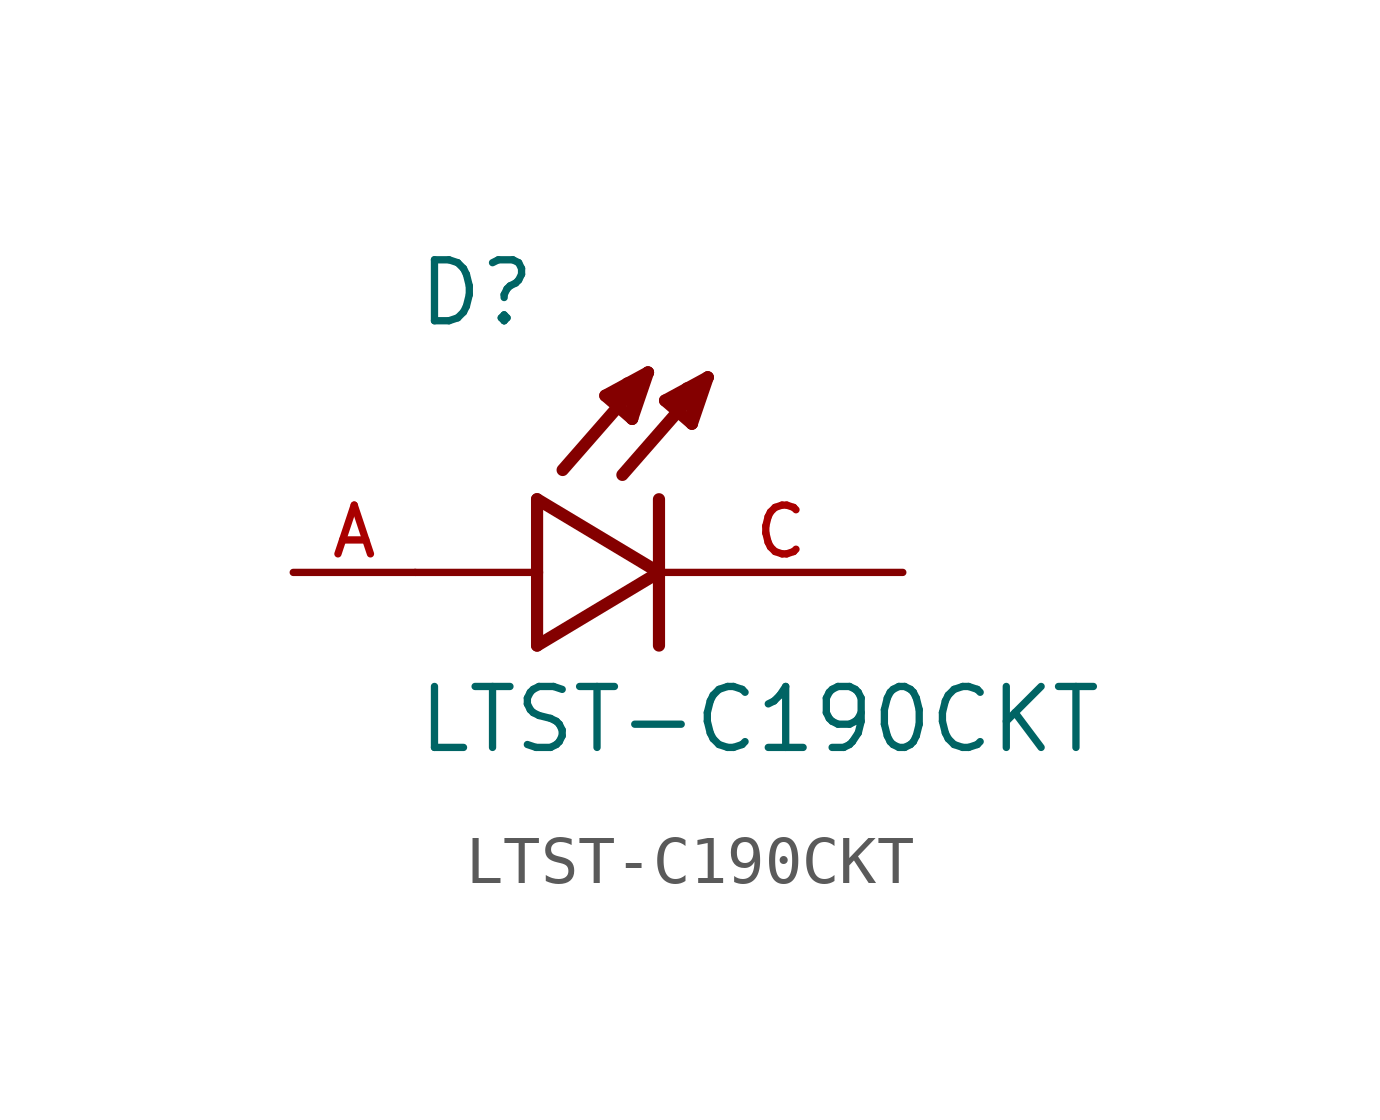
<source format=kicad_sym>
(kicad_symbol_lib
  (version 20211014)
  (generator kicad_symbol_editor)
  (symbol "LTST-C190CKT"
    (pin_names
      (offset 1.016))
    (property "Reference" "D"
      (at -5.08 5.08 0)
      (effects (font (size 1.27 1.27)) (justify bottom left)))
    (property "Value" "LTST-C190CKT"
      (at -5.08 -3.81 0)
      (effects (font (size 1.27 1.27)) (justify bottom left)))
    (symbol "LTST-C190CKT_0_0"
      (polyline (pts (xy -2.54 1.524) (xy -2.54 0.0)) (stroke (width 0.254)))
      (polyline (pts (xy -2.54 0.0) (xy -2.54 -1.524)) (stroke (width 0.254)))
      (polyline (pts (xy -2.54 -1.524) (xy 0.0 0.0)) (stroke (width 0.254)))
      (polyline (pts (xy 0.0 0.0) (xy -2.54 1.524)) (stroke (width 0.254)))
      (polyline (pts (xy 0.0 1.524) (xy 0.0 -1.524)) (stroke (width 0.254)))
      (polyline (pts (xy -2.54 0.0) (xy -5.08 0.0)) (stroke (width 0.152)))
      (polyline (pts (xy 1.016 4.064) (xy -0.762 2.032)) (stroke (width 0.254)))
      (polyline (pts (xy 0.686 3.099) (xy 0.127 3.581)) (stroke (width 0.254)))
      (polyline (pts (xy 0.127 3.581) (xy 1.016 4.064)) (stroke (width 0.254)))
      (polyline (pts (xy 1.016 4.064) (xy 0.686 3.099)) (stroke (width 0.254)))
      (polyline (pts (xy 0.686 3.099) (xy 0.711 3.835)) (stroke (width 0.254)))
      (polyline (pts (xy 0.711 3.835) (xy 0.584 3.835)) (stroke (width 0.254)))
      (polyline (pts (xy 0.305 3.505) (xy 0.533 3.658)) (stroke (width 0.254)))
      (polyline (pts (xy -0.229 4.166) (xy -2.007 2.134)) (stroke (width 0.254)))
      (polyline (pts (xy -0.559 3.2) (xy -1.118 3.683)) (stroke (width 0.254)))
      (polyline (pts (xy -1.118 3.683) (xy -0.229 4.166)) (stroke (width 0.254)))
      (polyline (pts (xy -0.229 4.166) (xy -0.559 3.2)) (stroke (width 0.254)))
      (polyline (pts (xy -0.559 3.2) (xy -0.533 3.937)) (stroke (width 0.254)))
      (polyline (pts (xy -0.533 3.937) (xy -0.66 3.937)) (stroke (width 0.254)))
      (polyline (pts (xy -0.94 3.607) (xy -0.711 3.759)) (stroke (width 0.254)))
      (pin passive line (at 5.08 0.0 180.0) (length 5.08) (name "~" (effects (font (size 1.016 1.016)))) (number "C" (effects (font (size 1.016 1.016)))))
      (pin passive line (at -7.62 0.0 0) (length 2.54) (name "~" (effects (font (size 1.016 1.016)))) (number "A" (effects (font (size 1.016 1.016))))))))
</source>
